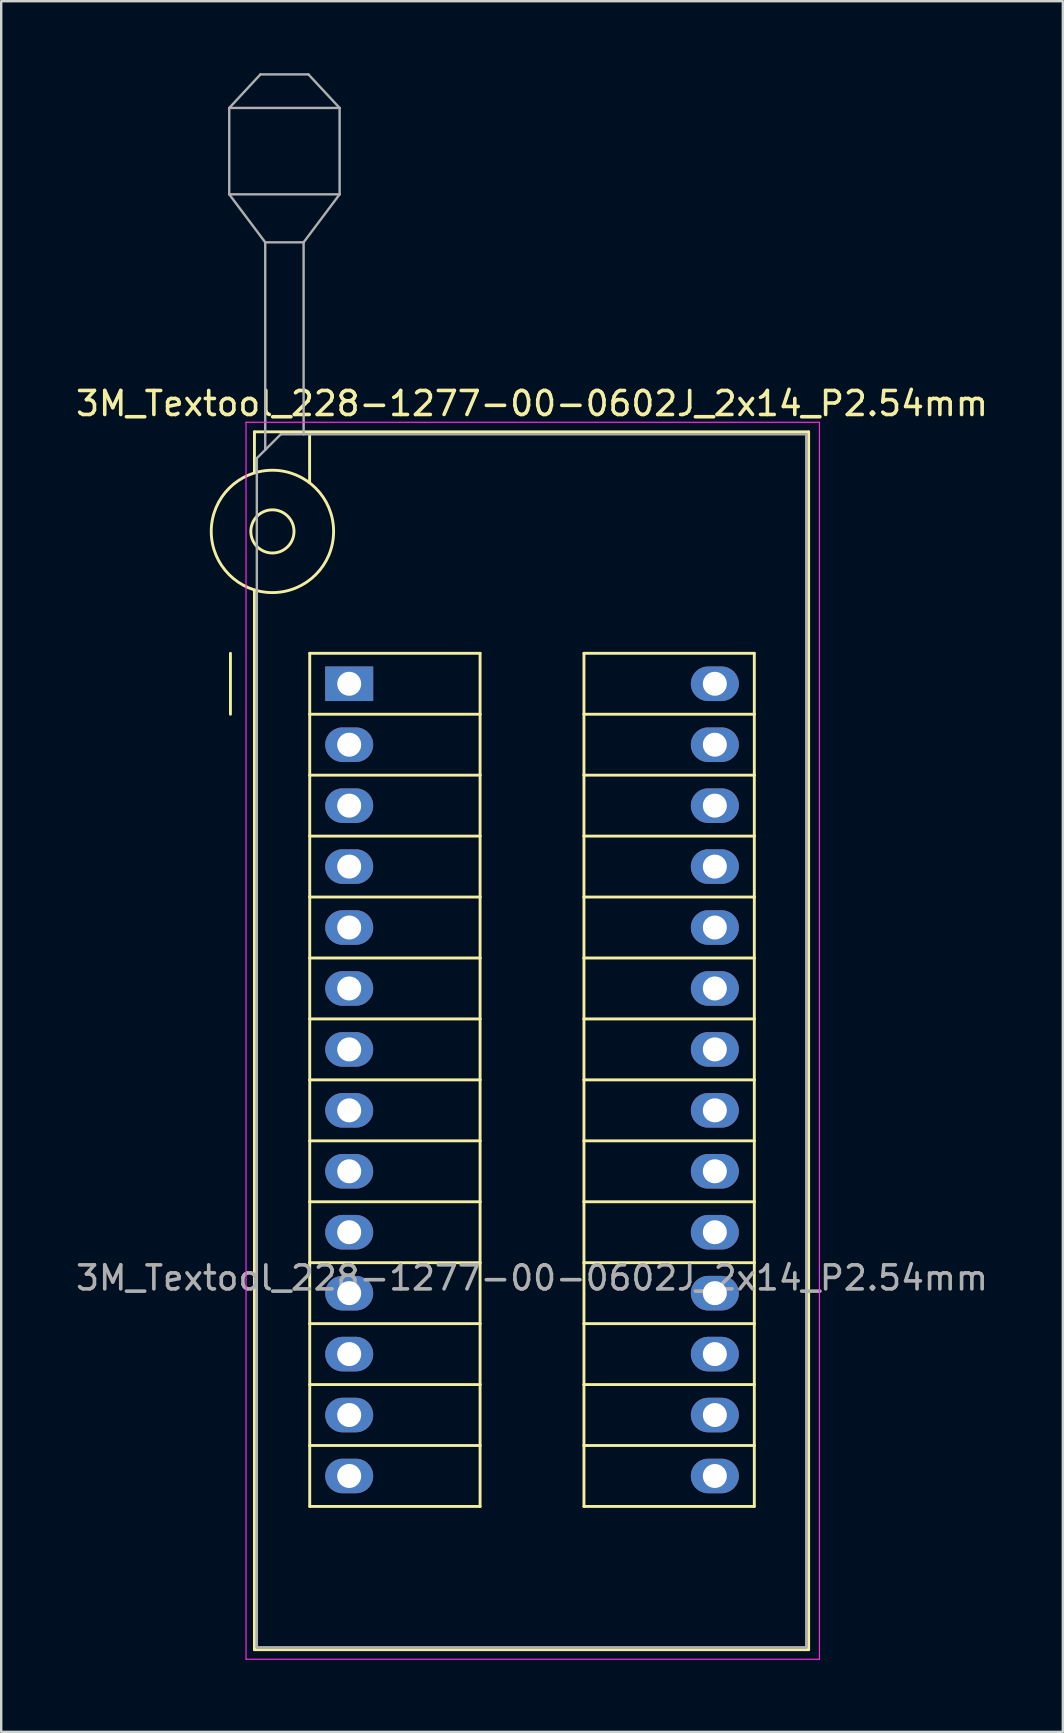
<source format=kicad_pcb>
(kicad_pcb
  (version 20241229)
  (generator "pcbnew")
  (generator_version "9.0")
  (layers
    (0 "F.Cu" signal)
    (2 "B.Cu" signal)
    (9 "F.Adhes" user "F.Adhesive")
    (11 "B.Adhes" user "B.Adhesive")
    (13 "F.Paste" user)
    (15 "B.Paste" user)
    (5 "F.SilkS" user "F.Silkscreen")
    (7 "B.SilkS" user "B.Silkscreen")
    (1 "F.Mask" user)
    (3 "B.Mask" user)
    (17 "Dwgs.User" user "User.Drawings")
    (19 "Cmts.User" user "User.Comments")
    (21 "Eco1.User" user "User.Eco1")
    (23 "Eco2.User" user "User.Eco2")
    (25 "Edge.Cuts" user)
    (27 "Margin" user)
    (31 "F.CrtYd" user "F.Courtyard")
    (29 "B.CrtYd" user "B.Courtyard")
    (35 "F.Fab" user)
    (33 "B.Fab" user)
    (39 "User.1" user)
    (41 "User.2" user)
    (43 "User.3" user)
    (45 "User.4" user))
  (footprint "3M_Textool_228-1277-00-0602J_2x14_P2.54mm"
    (layer "F.Cu")
    (at 11.505 25.45)
    (property "Reference" "3M_Textool_228-1277-00-0602J_2x14_P2.54mm" (at 7.62 -11.68 0) (layer "F.SilkS") (effects (font (size 1 1) (thickness 0.15))))
    (attr through_hole)
    (fp_line (start -4.95 1.27) (end -4.95 -1.27) (stroke (width 0.12) (type solid)) (layer "F.SilkS"))
    (fp_line (start -3.95 -10.5) (end -3.95 -8.8) (stroke (width 0.12) (type solid)) (layer "F.SilkS"))
    (fp_line (start -3.95 -3.9) (end -3.95 40.26) (stroke (width 0.12) (type solid)) (layer "F.SilkS"))
    (fp_line (start -3.95 40.26) (end 19.15 40.26) (stroke (width 0.12) (type solid)) (layer "F.SilkS"))
    (fp_line (start -1.65 -10.4) (end -1.65 -8.4) (stroke (width 0.12) (type solid)) (layer "F.SilkS"))
    (fp_line (start -1.645 -1.27) (end 5.455 -1.27) (stroke (width 0.12) (type solid)) (layer "F.SilkS"))
    (fp_line (start -1.645 1.27) (end -1.645 -1.27) (stroke (width 0.12) (type solid)) (layer "F.SilkS"))
    (fp_line (start -1.645 1.27) (end 5.455 1.27) (stroke (width 0.12) (type solid)) (layer "F.SilkS"))
    (fp_line (start -1.645 3.81) (end -1.645 1.27) (stroke (width 0.12) (type solid)) (layer "F.SilkS"))
    (fp_line (start -1.645 3.81) (end 5.455 3.81) (stroke (width 0.12) (type solid)) (layer "F.SilkS"))
    (fp_line (start -1.645 6.35) (end -1.645 3.81) (stroke (width 0.12) (type solid)) (layer "F.SilkS"))
    (fp_line (start -1.645 6.35) (end 5.455 6.35) (stroke (width 0.12) (type solid)) (layer "F.SilkS"))
    (fp_line (start -1.645 8.89) (end -1.645 6.35) (stroke (width 0.12) (type solid)) (layer "F.SilkS"))
    (fp_line (start -1.645 8.89) (end 5.455 8.89) (stroke (width 0.12) (type solid)) (layer "F.SilkS"))
    (fp_line (start -1.645 11.43) (end -1.645 8.89) (stroke (width 0.12) (type solid)) (layer "F.SilkS"))
    (fp_line (start -1.645 11.43) (end 5.455 11.43) (stroke (width 0.12) (type solid)) (layer "F.SilkS"))
    (fp_line (start -1.645 13.97) (end -1.645 11.43) (stroke (width 0.12) (type solid)) (layer "F.SilkS"))
    (fp_line (start -1.645 13.97) (end 5.455 13.97) (stroke (width 0.12) (type solid)) (layer "F.SilkS"))
    (fp_line (start -1.645 16.51) (end -1.645 13.97) (stroke (width 0.12) (type solid)) (layer "F.SilkS"))
    (fp_line (start -1.645 16.51) (end 5.455 16.51) (stroke (width 0.12) (type solid)) (layer "F.SilkS"))
    (fp_line (start -1.645 19.05) (end -1.645 16.51) (stroke (width 0.12) (type solid)) (layer "F.SilkS"))
    (fp_line (start -1.645 19.05) (end 5.455 19.05) (stroke (width 0.12) (type solid)) (layer "F.SilkS"))
    (fp_line (start -1.645 21.59) (end -1.645 19.05) (stroke (width 0.12) (type solid)) (layer "F.SilkS"))
    (fp_line (start -1.645 21.59) (end 5.455 21.59) (stroke (width 0.12) (type solid)) (layer "F.SilkS"))
    (fp_line (start -1.645 24.13) (end -1.645 21.59) (stroke (width 0.12) (type solid)) (layer "F.SilkS"))
    (fp_line (start -1.645 24.13) (end 5.455 24.13) (stroke (width 0.12) (type solid)) (layer "F.SilkS"))
    (fp_line (start -1.645 26.67) (end -1.645 24.13) (stroke (width 0.12) (type solid)) (layer "F.SilkS"))
    (fp_line (start -1.645 26.67) (end 5.455 26.67) (stroke (width 0.12) (type solid)) (layer "F.SilkS"))
    (fp_line (start -1.645 29.21) (end -1.645 26.67) (stroke (width 0.12) (type solid)) (layer "F.SilkS"))
    (fp_line (start -1.645 29.21) (end 5.455 29.21) (stroke (width 0.12) (type solid)) (layer "F.SilkS"))
    (fp_line (start -1.645 31.75) (end -1.645 29.21) (stroke (width 0.12) (type solid)) (layer "F.SilkS"))
    (fp_line (start -1.645 31.75) (end 5.455 31.75) (stroke (width 0.12) (type solid)) (layer "F.SilkS"))
    (fp_line (start -1.645 34.29) (end -1.645 31.75) (stroke (width 0.12) (type solid)) (layer "F.SilkS"))
    (fp_line (start -1.645 34.29) (end 5.455 34.29) (stroke (width 0.12) (type solid)) (layer "F.SilkS"))
    (fp_line (start 5.455 -1.27) (end 5.455 1.27) (stroke (width 0.12) (type solid)) (layer "F.SilkS"))
    (fp_line (start 5.455 1.27) (end 5.455 3.81) (stroke (width 0.12) (type solid)) (layer "F.SilkS"))
    (fp_line (start 5.455 3.81) (end 5.455 6.35) (stroke (width 0.12) (type solid)) (layer "F.SilkS"))
    (fp_line (start 5.455 6.35) (end 5.455 8.89) (stroke (width 0.12) (type solid)) (layer "F.SilkS"))
    (fp_line (start 5.455 8.89) (end 5.455 11.43) (stroke (width 0.12) (type solid)) (layer "F.SilkS"))
    (fp_line (start 5.455 11.43) (end 5.455 13.97) (stroke (width 0.12) (type solid)) (layer "F.SilkS"))
    (fp_line (start 5.455 13.97) (end 5.455 16.51) (stroke (width 0.12) (type solid)) (layer "F.SilkS"))
    (fp_line (start 5.455 16.51) (end 5.455 19.05) (stroke (width 0.12) (type solid)) (layer "F.SilkS"))
    (fp_line (start 5.455 19.05) (end 5.455 21.59) (stroke (width 0.12) (type solid)) (layer "F.SilkS"))
    (fp_line (start 5.455 21.59) (end 5.455 24.13) (stroke (width 0.12) (type solid)) (layer "F.SilkS"))
    (fp_line (start 5.455 24.13) (end 5.455 26.67) (stroke (width 0.12) (type solid)) (layer "F.SilkS"))
    (fp_line (start 5.455 26.67) (end 5.455 29.21) (stroke (width 0.12) (type solid)) (layer "F.SilkS"))
    (fp_line (start 5.455 29.21) (end 5.455 31.75) (stroke (width 0.12) (type solid)) (layer "F.SilkS"))
    (fp_line (start 5.455 31.75) (end 5.455 34.29) (stroke (width 0.12) (type solid)) (layer "F.SilkS"))
    (fp_line (start 9.785 -1.27) (end 16.885 -1.27) (stroke (width 0.12) (type solid)) (layer "F.SilkS"))
    (fp_line (start 9.785 1.27) (end 9.785 -1.27) (stroke (width 0.12) (type solid)) (layer "F.SilkS"))
    (fp_line (start 9.785 1.27) (end 16.885 1.27) (stroke (width 0.12) (type solid)) (layer "F.SilkS"))
    (fp_line (start 9.785 3.81) (end 9.785 1.27) (stroke (width 0.12) (type solid)) (layer "F.SilkS"))
    (fp_line (start 9.785 3.81) (end 16.885 3.81) (stroke (width 0.12) (type solid)) (layer "F.SilkS"))
    (fp_line (start 9.785 6.35) (end 9.785 3.81) (stroke (width 0.12) (type solid)) (layer "F.SilkS"))
    (fp_line (start 9.785 6.35) (end 16.885 6.35) (stroke (width 0.12) (type solid)) (layer "F.SilkS"))
    (fp_line (start 9.785 8.89) (end 9.785 6.35) (stroke (width 0.12) (type solid)) (layer "F.SilkS"))
    (fp_line (start 9.785 8.89) (end 16.885 8.89) (stroke (width 0.12) (type solid)) (layer "F.SilkS"))
    (fp_line (start 9.785 11.43) (end 9.785 8.89) (stroke (width 0.12) (type solid)) (layer "F.SilkS"))
    (fp_line (start 9.785 11.43) (end 16.885 11.43) (stroke (width 0.12) (type solid)) (layer "F.SilkS"))
    (fp_line (start 9.785 13.97) (end 9.785 11.43) (stroke (width 0.12) (type solid)) (layer "F.SilkS"))
    (fp_line (start 9.785 13.97) (end 16.885 13.97) (stroke (width 0.12) (type solid)) (layer "F.SilkS"))
    (fp_line (start 9.785 16.51) (end 9.785 13.97) (stroke (width 0.12) (type solid)) (layer "F.SilkS"))
    (fp_line (start 9.785 16.51) (end 16.885 16.51) (stroke (width 0.12) (type solid)) (layer "F.SilkS"))
    (fp_line (start 9.785 19.05) (end 9.785 16.51) (stroke (width 0.12) (type solid)) (layer "F.SilkS"))
    (fp_line (start 9.785 19.05) (end 16.885 19.05) (stroke (width 0.12) (type solid)) (layer "F.SilkS"))
    (fp_line (start 9.785 21.59) (end 9.785 19.05) (stroke (width 0.12) (type solid)) (layer "F.SilkS"))
    (fp_line (start 9.785 21.59) (end 16.885 21.59) (stroke (width 0.12) (type solid)) (layer "F.SilkS"))
    (fp_line (start 9.785 24.13) (end 9.785 21.59) (stroke (width 0.12) (type solid)) (layer "F.SilkS"))
    (fp_line (start 9.785 24.13) (end 16.885 24.13) (stroke (width 0.12) (type solid)) (layer "F.SilkS"))
    (fp_line (start 9.785 26.67) (end 9.785 24.13) (stroke (width 0.12) (type solid)) (layer "F.SilkS"))
    (fp_line (start 9.785 26.67) (end 16.885 26.67) (stroke (width 0.12) (type solid)) (layer "F.SilkS"))
    (fp_line (start 9.785 29.21) (end 9.785 26.67) (stroke (width 0.12) (type solid)) (layer "F.SilkS"))
    (fp_line (start 9.785 29.21) (end 16.885 29.21) (stroke (width 0.12) (type solid)) (layer "F.SilkS"))
    (fp_line (start 9.785 31.75) (end 9.785 29.21) (stroke (width 0.12) (type solid)) (layer "F.SilkS"))
    (fp_line (start 9.785 31.75) (end 16.885 31.75) (stroke (width 0.12) (type solid)) (layer "F.SilkS"))
    (fp_line (start 9.785 34.29) (end 9.785 31.75) (stroke (width 0.12) (type solid)) (layer "F.SilkS"))
    (fp_line (start 9.785 34.29) (end 16.885 34.29) (stroke (width 0.12) (type solid)) (layer "F.SilkS"))
    (fp_line (start 16.885 -1.27) (end 16.885 1.27) (stroke (width 0.12) (type solid)) (layer "F.SilkS"))
    (fp_line (start 16.885 1.27) (end 16.885 3.81) (stroke (width 0.12) (type solid)) (layer "F.SilkS"))
    (fp_line (start 16.885 3.81) (end 16.885 6.35) (stroke (width 0.12) (type solid)) (layer "F.SilkS"))
    (fp_line (start 16.885 6.35) (end 16.885 8.89) (stroke (width 0.12) (type solid)) (layer "F.SilkS"))
    (fp_line (start 16.885 8.89) (end 16.885 11.43) (stroke (width 0.12) (type solid)) (layer "F.SilkS"))
    (fp_line (start 16.885 11.43) (end 16.885 13.97) (stroke (width 0.12) (type solid)) (layer "F.SilkS"))
    (fp_line (start 16.885 13.97) (end 16.885 16.51) (stroke (width 0.12) (type solid)) (layer "F.SilkS"))
    (fp_line (start 16.885 16.51) (end 16.885 19.05) (stroke (width 0.12) (type solid)) (layer "F.SilkS"))
    (fp_line (start 16.885 19.05) (end 16.885 21.59) (stroke (width 0.12) (type solid)) (layer "F.SilkS"))
    (fp_line (start 16.885 21.59) (end 16.885 24.13) (stroke (width 0.12) (type solid)) (layer "F.SilkS"))
    (fp_line (start 16.885 24.13) (end 16.885 26.67) (stroke (width 0.12) (type solid)) (layer "F.SilkS"))
    (fp_line (start 16.885 26.67) (end 16.885 29.21) (stroke (width 0.12) (type solid)) (layer "F.SilkS"))
    (fp_line (start 16.885 29.21) (end 16.885 31.75) (stroke (width 0.12) (type solid)) (layer "F.SilkS"))
    (fp_line (start 16.885 31.75) (end 16.885 34.29) (stroke (width 0.12) (type solid)) (layer "F.SilkS"))
    (fp_line (start 19.15 -10.5) (end -3.95 -10.5) (stroke (width 0.12) (type solid)) (layer "F.SilkS"))
    (fp_line (start 19.15 40.26) (end 19.15 -10.5) (stroke (width 0.12) (type solid)) (layer "F.SilkS"))
    (fp_circle (center -3.2 -6.35) (end -2.3 -6.35) (stroke (width 0.12) (type solid)) (fill no) (layer "F.SilkS"))
    (fp_circle (center -3.2 -6.35) (end -0.65 -6.35) (stroke (width 0.12) (type solid)) (fill no) (layer "F.SilkS"))
    (fp_line (start -4.3 40.66) (end -4.3 -10.9) (stroke (width 0.05) (type solid)) (layer "F.CrtYd"))
    (fp_line (start 19.6 -10.9) (end -4.3 -10.9) (stroke (width 0.05) (type solid)) (layer "F.CrtYd"))
    (fp_line (start 19.6 40.66) (end -4.3 40.66) (stroke (width 0.05) (type solid)) (layer "F.CrtYd"))
    (fp_line (start 19.6 40.66) (end 19.6 -10.9) (stroke (width 0.05) (type solid)) (layer "F.CrtYd"))
    (fp_line (start -5 -24) (end -0.4 -24) (stroke (width 0.1) (type solid)) (layer "F.Fab"))
    (fp_line (start -5 -20.4) (end -5 -24) (stroke (width 0.1) (type solid)) (layer "F.Fab"))
    (fp_line (start -5 -20.4) (end -3.5 -18.4) (stroke (width 0.1) (type solid)) (layer "F.Fab"))
    (fp_line (start -5 -20.4) (end -0.4 -20.4) (stroke (width 0.1) (type solid)) (layer "F.Fab"))
    (fp_line (start -3.85 -9.4) (end -2.85 -10.4) (stroke (width 0.1) (type solid)) (layer "F.Fab"))
    (fp_line (start -3.85 40.16) (end -3.85 -9.4) (stroke (width 0.1) (type solid)) (layer "F.Fab"))
    (fp_line (start -3.85 40.16) (end 19.05 40.16) (stroke (width 0.1) (type solid)) (layer "F.Fab"))
    (fp_line (start -3.7 -25.4) (end -5 -24) (stroke (width 0.1) (type solid)) (layer "F.Fab"))
    (fp_line (start -3.7 -25.4) (end -1.7 -25.4) (stroke (width 0.1) (type solid)) (layer "F.Fab"))
    (fp_line (start -3.5 -18.4) (end -3.5 -9.75) (stroke (width 0.1) (type solid)) (layer "F.Fab"))
    (fp_line (start -2.85 -10.4) (end 19.05 -10.4) (stroke (width 0.1) (type solid)) (layer "F.Fab"))
    (fp_line (start -1.9 -18.4) (end -3.5 -18.4) (stroke (width 0.1) (type solid)) (layer "F.Fab"))
    (fp_line (start -1.9 -18.4) (end -1.9 -10.4) (stroke (width 0.1) (type solid)) (layer "F.Fab"))
    (fp_line (start -1.7 -25.4) (end -0.4 -24) (stroke (width 0.1) (type solid)) (layer "F.Fab"))
    (fp_line (start -0.4 -20.4) (end -1.9 -18.4) (stroke (width 0.1) (type solid)) (layer "F.Fab"))
    (fp_line (start -0.4 -20.4) (end -0.4 -24) (stroke (width 0.1) (type solid)) (layer "F.Fab"))
    (fp_line (start 19.05 40.16) (end 19.05 -10.4) (stroke (width 0.1) (type solid)) (layer "F.Fab"))
    (fp_text user "${REFERENCE}" (at 7.62 24.765 0) (layer "F.Fab") (effects (font (size 1 1) (thickness 0.15))))
    (pad "1" thru_hole rect (at 0 0) (size 2 1.44) (drill 1) (layers "*.Cu" "*.Mask"))
    (pad "2" thru_hole oval (at 0 2.54) (size 2 1.44) (drill 1) (layers "*.Cu" "*.Mask"))
    (pad "3" thru_hole oval (at 0 5.08) (size 2 1.44) (drill 1) (layers "*.Cu" "*.Mask"))
    (pad "4" thru_hole oval (at 0 7.62) (size 2 1.44) (drill 1) (layers "*.Cu" "*.Mask"))
    (pad "5" thru_hole oval (at 0 10.16) (size 2 1.44) (drill 1) (layers "*.Cu" "*.Mask"))
    (pad "6" thru_hole oval (at 0 12.7) (size 2 1.44) (drill 1) (layers "*.Cu" "*.Mask"))
    (pad "7" thru_hole oval (at 0 15.24) (size 2 1.44) (drill 1) (layers "*.Cu" "*.Mask"))
    (pad "8" thru_hole oval (at 0 17.78) (size 2 1.44) (drill 1) (layers "*.Cu" "*.Mask"))
    (pad "9" thru_hole oval (at 0 20.32) (size 2 1.44) (drill 1) (layers "*.Cu" "*.Mask"))
    (pad "10" thru_hole oval (at 0 22.86) (size 2 1.44) (drill 1) (layers "*.Cu" "*.Mask"))
    (pad "11" thru_hole oval (at 0 25.4) (size 2 1.44) (drill 1) (layers "*.Cu" "*.Mask"))
    (pad "12" thru_hole oval (at 0 27.94) (size 2 1.44) (drill 1) (layers "*.Cu" "*.Mask"))
    (pad "13" thru_hole oval (at 0 30.48) (size 2 1.44) (drill 1) (layers "*.Cu" "*.Mask"))
    (pad "14" thru_hole oval (at 0 33.02) (size 2 1.44) (drill 1) (layers "*.Cu" "*.Mask"))
    (pad "15" thru_hole oval (at 15.24 20.32) (size 2 1.44) (drill 1) (layers "*.Cu" "*.Mask"))
    (pad "16" thru_hole oval (at 15.24 22.86) (size 2 1.44) (drill 1) (layers "*.Cu" "*.Mask"))
    (pad "17" thru_hole oval (at 15.24 25.4) (size 2 1.44) (drill 1) (layers "*.Cu" "*.Mask"))
    (pad "18" thru_hole oval (at 15.24 27.94) (size 2 1.44) (drill 1) (layers "*.Cu" "*.Mask"))
    (pad "19" thru_hole oval (at 15.24 30.48) (size 2 1.44) (drill 1) (layers "*.Cu" "*.Mask"))
    (pad "20" thru_hole oval (at 15.24 33.02) (size 2 1.44) (drill 1) (layers "*.Cu" "*.Mask"))
    (pad "21" thru_hole oval (at 15.24 17.78) (size 2 1.44) (drill 1) (layers "*.Cu" "*.Mask"))
    (pad "22" thru_hole oval (at 15.24 15.24) (size 2 1.44) (drill 1) (layers "*.Cu" "*.Mask"))
    (pad "23" thru_hole oval (at 15.24 12.7) (size 2 1.44) (drill 1) (layers "*.Cu" "*.Mask"))
    (pad "24" thru_hole oval (at 15.24 10.16) (size 2 1.44) (drill 1) (layers "*.Cu" "*.Mask"))
    (pad "25" thru_hole oval (at 15.24 7.62) (size 2 1.44) (drill 1) (layers "*.Cu" "*.Mask"))
    (pad "26" thru_hole oval (at 15.24 5.08) (size 2 1.44) (drill 1) (layers "*.Cu" "*.Mask"))
    (pad "27" thru_hole oval (at 15.24 2.54) (size 2 1.44) (drill 1) (layers "*.Cu" "*.Mask"))
    (pad "28" thru_hole oval (at 15.24 0) (size 2 1.44) (drill 1) (layers "*.Cu" "*.Mask")))
  (gr_rect
    (start -3 -3)
    (end 41.25 69.135)
    (stroke (width 0.1) (type default))
    (fill no)
    (layer "Edge.Cuts")))
</source>
